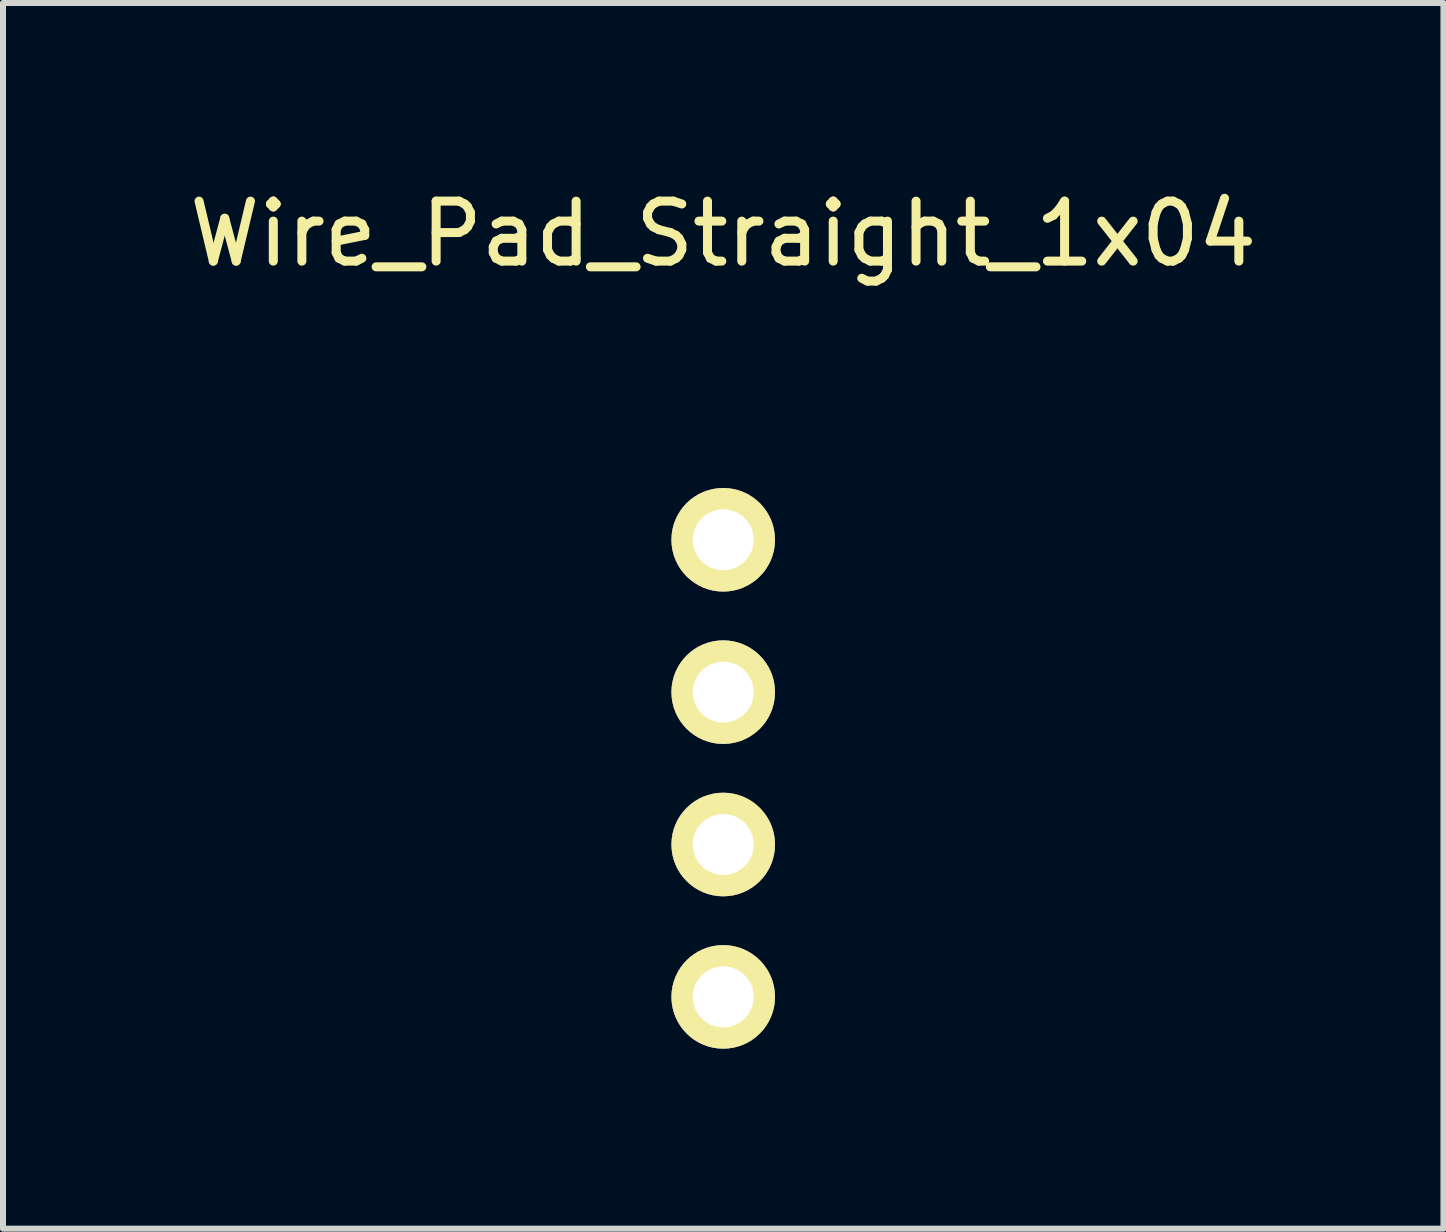
<source format=kicad_pcb>
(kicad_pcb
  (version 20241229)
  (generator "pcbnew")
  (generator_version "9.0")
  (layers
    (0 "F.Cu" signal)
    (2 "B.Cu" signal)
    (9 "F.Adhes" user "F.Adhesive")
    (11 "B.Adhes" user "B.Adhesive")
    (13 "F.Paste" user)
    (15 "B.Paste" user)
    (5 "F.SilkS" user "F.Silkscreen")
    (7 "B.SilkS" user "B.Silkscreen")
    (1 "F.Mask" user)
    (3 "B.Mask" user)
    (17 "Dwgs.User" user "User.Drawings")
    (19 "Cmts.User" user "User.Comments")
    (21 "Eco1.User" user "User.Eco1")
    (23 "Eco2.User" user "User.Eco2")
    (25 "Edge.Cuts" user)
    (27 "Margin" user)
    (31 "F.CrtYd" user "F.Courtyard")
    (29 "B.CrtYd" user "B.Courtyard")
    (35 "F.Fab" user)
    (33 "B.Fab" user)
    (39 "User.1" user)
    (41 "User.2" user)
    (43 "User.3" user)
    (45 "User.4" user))
  (footprint "Wire_Pad_Straight_1x04"
    (layer "F.Cu")
    (at 9.006 5.948)
    (property "Reference" "Wire_Pad_Straight_1x04" (at 0 -5.1 0) (layer "F.SilkS") (effects (font (size 1 1) (thickness 0.15))))
    (attr through_hole)
    (pad "1" thru_hole circle (at 0 0) (size 1.727 1.727) (drill 1.016) (layers "*.Cu" "*.Mask" "F.SilkS"))
    (pad "2" thru_hole circle (at 0 2.54) (size 1.727 1.727) (drill 1.016) (layers "*.Cu" "*.Mask" "F.SilkS"))
    (pad "3" thru_hole circle (at 0 5.08) (size 1.727 1.727) (drill 1.016) (layers "*.Cu" "*.Mask" "F.SilkS"))
    (pad "4" thru_hole circle (at 0 7.62) (size 1.727 1.727) (drill 1.016) (layers "*.Cu" "*.Mask" "F.SilkS")))
  (gr_rect
    (start -3 -3)
    (end 21.012 17.432)
    (stroke (width 0.1) (type default))
    (fill no)
    (layer "Edge.Cuts")))
</source>
